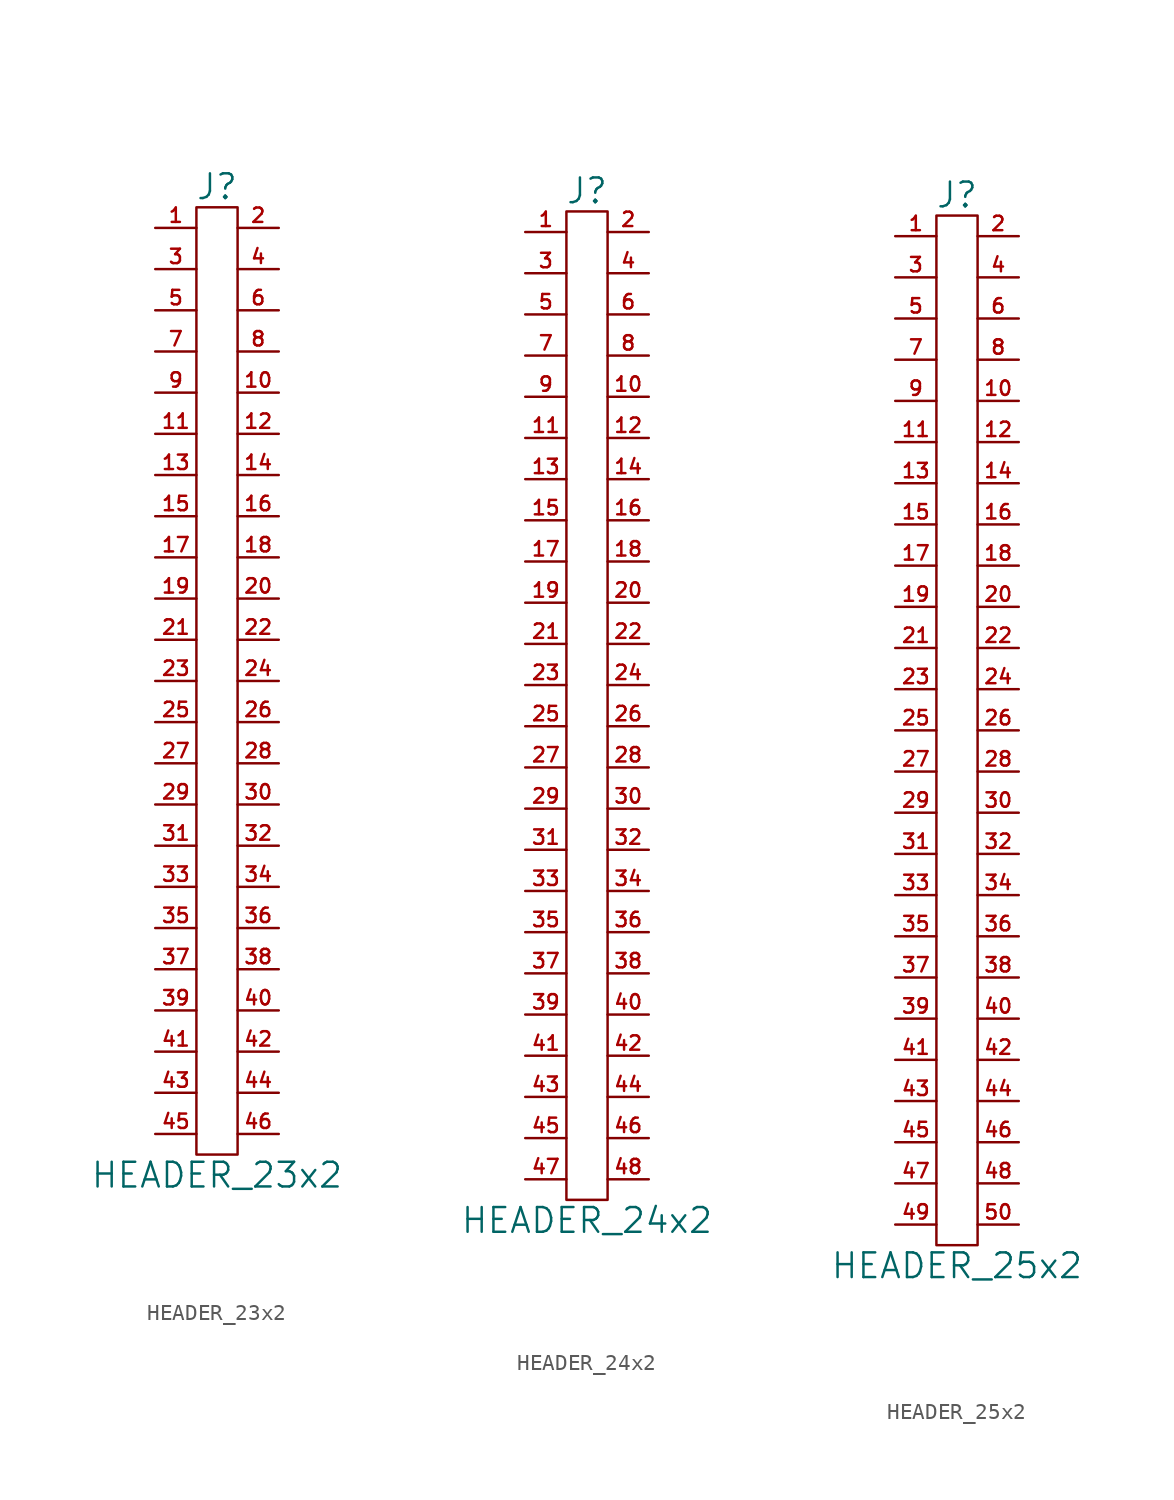
<source format=kicad_sym>
(kicad_symbol_lib
  (version 20220914)
  (generator kicad_symbol_editor)
  (symbol "HEADER_23x2"
    (pin_names
      (offset 0))
    (property "Reference" "J"
      (at 0 30.48 0)
      (effects (font (size 1.524 1.524))))
    (property "Value" "HEADER_23x2"
      (at 0 -30.48 0)
      (effects (font (size 1.524 1.524))))
    (property "Footprint" ""
      (at 0 -2.54 0)
      (effects (font (size 1.524 1.524))))
    (property "Datasheet" ""
      (at 0 0 0)
      (effects (font (size 1.524 1.524))))
    (symbol "HEADER_23x2_0_1"
      (rectangle (start 1.27 -29.21) (end -1.27 29.21) (stroke (width 0) (type solid)) (fill (type none))))
    (symbol "HEADER_23x2_1_1"
      (pin passive line (at -3.81 27.94 0) (length 2.54) (name "~" (effects (font (size 0.889 0.889)))) (number "1" (effects (font (size 0.889 0.889)))))
      (pin passive line (at 3.81 17.78 180) (length 2.54) (name "~" (effects (font (size 1.27 1.27)))) (number "10" (effects (font (size 0.889 0.889)))))
      (pin passive line (at -3.81 15.24 0) (length 2.54) (name "~" (effects (font (size 1.27 1.27)))) (number "11" (effects (font (size 0.889 0.889)))))
      (pin passive line (at 3.81 15.24 180) (length 2.54) (name "~" (effects (font (size 1.27 1.27)))) (number "12" (effects (font (size 0.889 0.889)))))
      (pin passive line (at -3.81 12.7 0) (length 2.54) (name "~" (effects (font (size 1.27 1.27)))) (number "13" (effects (font (size 0.889 0.889)))))
      (pin passive line (at 3.81 12.7 180) (length 2.54) (name "~" (effects (font (size 1.27 1.27)))) (number "14" (effects (font (size 0.889 0.889)))))
      (pin passive line (at -3.81 10.16 0) (length 2.54) (name "~" (effects (font (size 1.27 1.27)))) (number "15" (effects (font (size 0.889 0.889)))))
      (pin passive line (at 3.81 10.16 180) (length 2.54) (name "~" (effects (font (size 1.27 1.27)))) (number "16" (effects (font (size 0.889 0.889)))))
      (pin passive line (at -3.81 7.62 0) (length 2.54) (name "~" (effects (font (size 1.27 1.27)))) (number "17" (effects (font (size 0.889 0.889)))))
      (pin passive line (at 3.81 7.62 180) (length 2.54) (name "~" (effects (font (size 1.27 1.27)))) (number "18" (effects (font (size 0.889 0.889)))))
      (pin passive line (at -3.81 5.08 0) (length 2.54) (name "~" (effects (font (size 1.27 1.27)))) (number "19" (effects (font (size 0.889 0.889)))))
      (pin passive line (at 3.81 27.94 180) (length 2.54) (name "~" (effects (font (size 1.27 1.27)))) (number "2" (effects (font (size 0.889 0.889)))))
      (pin passive line (at 3.81 5.08 180) (length 2.54) (name "~" (effects (font (size 1.27 1.27)))) (number "20" (effects (font (size 0.889 0.889)))))
      (pin passive line (at -3.81 2.54 0) (length 2.54) (name "~" (effects (font (size 1.27 1.27)))) (number "21" (effects (font (size 0.889 0.889)))))
      (pin passive line (at 3.81 2.54 180) (length 2.54) (name "~" (effects (font (size 1.27 1.27)))) (number "22" (effects (font (size 0.889 0.889)))))
      (pin passive line (at -3.81 0 0) (length 2.54) (name "~" (effects (font (size 1.27 1.27)))) (number "23" (effects (font (size 0.889 0.889)))))
      (pin passive line (at 3.81 0 180) (length 2.54) (name "~" (effects (font (size 1.27 1.27)))) (number "24" (effects (font (size 0.889 0.889)))))
      (pin passive line (at -3.81 -2.54 0) (length 2.54) (name "~" (effects (font (size 1.27 1.27)))) (number "25" (effects (font (size 0.889 0.889)))))
      (pin passive line (at 3.81 -2.54 180) (length 2.54) (name "~" (effects (font (size 1.27 1.27)))) (number "26" (effects (font (size 0.889 0.889)))))
      (pin passive line (at -3.81 -5.08 0) (length 2.54) (name "~" (effects (font (size 1.27 1.27)))) (number "27" (effects (font (size 0.889 0.889)))))
      (pin passive line (at 3.81 -5.08 180) (length 2.54) (name "~" (effects (font (size 1.27 1.27)))) (number "28" (effects (font (size 0.889 0.889)))))
      (pin passive line (at -3.81 -7.62 0) (length 2.54) (name "~" (effects (font (size 1.27 1.27)))) (number "29" (effects (font (size 0.889 0.889)))))
      (pin passive line (at -3.81 25.4 0) (length 2.54) (name "~" (effects (font (size 1.27 1.27)))) (number "3" (effects (font (size 0.889 0.889)))))
      (pin passive line (at 3.81 -7.62 180) (length 2.54) (name "~" (effects (font (size 1.27 1.27)))) (number "30" (effects (font (size 0.889 0.889)))))
      (pin passive line (at -3.81 -10.16 0) (length 2.54) (name "~" (effects (font (size 1.27 1.27)))) (number "31" (effects (font (size 0.889 0.889)))))
      (pin passive line (at 3.81 -10.16 180) (length 2.54) (name "~" (effects (font (size 1.27 1.27)))) (number "32" (effects (font (size 0.889 0.889)))))
      (pin passive line (at -3.81 -12.7 0) (length 2.54) (name "~" (effects (font (size 1.27 1.27)))) (number "33" (effects (font (size 0.889 0.889)))))
      (pin passive line (at 3.81 -12.7 180) (length 2.54) (name "~" (effects (font (size 1.27 1.27)))) (number "34" (effects (font (size 0.889 0.889)))))
      (pin passive line (at -3.81 -15.24 0) (length 2.54) (name "~" (effects (font (size 1.27 1.27)))) (number "35" (effects (font (size 0.889 0.889)))))
      (pin passive line (at 3.81 -15.24 180) (length 2.54) (name "~" (effects (font (size 1.27 1.27)))) (number "36" (effects (font (size 0.889 0.889)))))
      (pin passive line (at -3.81 -17.78 0) (length 2.54) (name "~" (effects (font (size 1.27 1.27)))) (number "37" (effects (font (size 0.889 0.889)))))
      (pin passive line (at 3.81 -17.78 180) (length 2.54) (name "~" (effects (font (size 1.27 1.27)))) (number "38" (effects (font (size 0.889 0.889)))))
      (pin passive line (at -3.81 -20.32 0) (length 2.54) (name "~" (effects (font (size 1.27 1.27)))) (number "39" (effects (font (size 0.889 0.889)))))
      (pin passive line (at 3.81 25.4 180) (length 2.54) (name "~" (effects (font (size 1.27 1.27)))) (number "4" (effects (font (size 0.889 0.889)))))
      (pin passive line (at 3.81 -20.32 180) (length 2.54) (name "~" (effects (font (size 1.27 1.27)))) (number "40" (effects (font (size 0.889 0.889)))))
      (pin passive line (at -3.81 -22.86 0) (length 2.54) (name "~" (effects (font (size 1.27 1.27)))) (number "41" (effects (font (size 0.889 0.889)))))
      (pin passive line (at 3.81 -22.86 180) (length 2.54) (name "~" (effects (font (size 1.27 1.27)))) (number "42" (effects (font (size 0.889 0.889)))))
      (pin passive line (at -3.81 -25.4 0) (length 2.54) (name "~" (effects (font (size 1.27 1.27)))) (number "43" (effects (font (size 0.889 0.889)))))
      (pin passive line (at 3.81 -25.4 180) (length 2.54) (name "~" (effects (font (size 1.27 1.27)))) (number "44" (effects (font (size 0.889 0.889)))))
      (pin passive line (at -3.81 -27.94 0) (length 2.54) (name "~" (effects (font (size 1.27 1.27)))) (number "45" (effects (font (size 0.889 0.889)))))
      (pin passive line (at 3.81 -27.94 180) (length 2.54) (name "~" (effects (font (size 1.27 1.27)))) (number "46" (effects (font (size 0.889 0.889)))))
      (pin passive line (at -3.81 22.86 0) (length 2.54) (name "~" (effects (font (size 1.27 1.27)))) (number "5" (effects (font (size 0.889 0.889)))))
      (pin passive line (at 3.81 22.86 180) (length 2.54) (name "~" (effects (font (size 1.27 1.27)))) (number "6" (effects (font (size 0.889 0.889)))))
      (pin passive line (at -3.81 20.32 0) (length 2.54) (name "~" (effects (font (size 1.27 1.27)))) (number "7" (effects (font (size 0.889 0.889)))))
      (pin passive line (at 3.81 20.32 180) (length 2.54) (name "~" (effects (font (size 1.27 1.27)))) (number "8" (effects (font (size 0.889 0.889)))))
      (pin passive line (at -3.81 17.78 0) (length 2.54) (name "~" (effects (font (size 1.27 1.27)))) (number "9" (effects (font (size 0.889 0.889)))))))
  (symbol "HEADER_24x2"
    (pin_names
      (offset 0))
    (property "Reference" "J"
      (at 0 31.75 0)
      (effects (font (size 1.524 1.524))))
    (property "Value" "HEADER_24x2"
      (at 0 -31.75 0)
      (effects (font (size 1.524 1.524))))
    (property "Footprint" ""
      (at 0 -1.27 0)
      (effects (font (size 1.524 1.524))))
    (property "Datasheet" ""
      (at 0 0 0)
      (effects (font (size 1.524 1.524))))
    (symbol "HEADER_24x2_0_1"
      (rectangle (start 1.27 -30.48) (end -1.27 30.48) (stroke (width 0) (type solid)) (fill (type none))))
    (symbol "HEADER_24x2_1_1"
      (pin passive line (at -3.81 29.21 0) (length 2.54) (name "~" (effects (font (size 0.889 0.889)))) (number "1" (effects (font (size 0.889 0.889)))))
      (pin passive line (at 3.81 19.05 180) (length 2.54) (name "~" (effects (font (size 1.27 1.27)))) (number "10" (effects (font (size 0.889 0.889)))))
      (pin passive line (at -3.81 16.51 0) (length 2.54) (name "~" (effects (font (size 1.27 1.27)))) (number "11" (effects (font (size 0.889 0.889)))))
      (pin passive line (at 3.81 16.51 180) (length 2.54) (name "~" (effects (font (size 1.27 1.27)))) (number "12" (effects (font (size 0.889 0.889)))))
      (pin passive line (at -3.81 13.97 0) (length 2.54) (name "~" (effects (font (size 1.27 1.27)))) (number "13" (effects (font (size 0.889 0.889)))))
      (pin passive line (at 3.81 13.97 180) (length 2.54) (name "~" (effects (font (size 1.27 1.27)))) (number "14" (effects (font (size 0.889 0.889)))))
      (pin passive line (at -3.81 11.43 0) (length 2.54) (name "~" (effects (font (size 1.27 1.27)))) (number "15" (effects (font (size 0.889 0.889)))))
      (pin passive line (at 3.81 11.43 180) (length 2.54) (name "~" (effects (font (size 1.27 1.27)))) (number "16" (effects (font (size 0.889 0.889)))))
      (pin passive line (at -3.81 8.89 0) (length 2.54) (name "~" (effects (font (size 1.27 1.27)))) (number "17" (effects (font (size 0.889 0.889)))))
      (pin passive line (at 3.81 8.89 180) (length 2.54) (name "~" (effects (font (size 1.27 1.27)))) (number "18" (effects (font (size 0.889 0.889)))))
      (pin passive line (at -3.81 6.35 0) (length 2.54) (name "~" (effects (font (size 1.27 1.27)))) (number "19" (effects (font (size 0.889 0.889)))))
      (pin passive line (at 3.81 29.21 180) (length 2.54) (name "~" (effects (font (size 1.27 1.27)))) (number "2" (effects (font (size 0.889 0.889)))))
      (pin passive line (at 3.81 6.35 180) (length 2.54) (name "~" (effects (font (size 1.27 1.27)))) (number "20" (effects (font (size 0.889 0.889)))))
      (pin passive line (at -3.81 3.81 0) (length 2.54) (name "~" (effects (font (size 1.27 1.27)))) (number "21" (effects (font (size 0.889 0.889)))))
      (pin passive line (at 3.81 3.81 180) (length 2.54) (name "~" (effects (font (size 1.27 1.27)))) (number "22" (effects (font (size 0.889 0.889)))))
      (pin passive line (at -3.81 1.27 0) (length 2.54) (name "~" (effects (font (size 1.27 1.27)))) (number "23" (effects (font (size 0.889 0.889)))))
      (pin passive line (at 3.81 1.27 180) (length 2.54) (name "~" (effects (font (size 1.27 1.27)))) (number "24" (effects (font (size 0.889 0.889)))))
      (pin passive line (at -3.81 -1.27 0) (length 2.54) (name "~" (effects (font (size 1.27 1.27)))) (number "25" (effects (font (size 0.889 0.889)))))
      (pin passive line (at 3.81 -1.27 180) (length 2.54) (name "~" (effects (font (size 1.27 1.27)))) (number "26" (effects (font (size 0.889 0.889)))))
      (pin passive line (at -3.81 -3.81 0) (length 2.54) (name "~" (effects (font (size 1.27 1.27)))) (number "27" (effects (font (size 0.889 0.889)))))
      (pin passive line (at 3.81 -3.81 180) (length 2.54) (name "~" (effects (font (size 1.27 1.27)))) (number "28" (effects (font (size 0.889 0.889)))))
      (pin passive line (at -3.81 -6.35 0) (length 2.54) (name "~" (effects (font (size 1.27 1.27)))) (number "29" (effects (font (size 0.889 0.889)))))
      (pin passive line (at -3.81 26.67 0) (length 2.54) (name "~" (effects (font (size 1.27 1.27)))) (number "3" (effects (font (size 0.889 0.889)))))
      (pin passive line (at 3.81 -6.35 180) (length 2.54) (name "~" (effects (font (size 1.27 1.27)))) (number "30" (effects (font (size 0.889 0.889)))))
      (pin passive line (at -3.81 -8.89 0) (length 2.54) (name "~" (effects (font (size 1.27 1.27)))) (number "31" (effects (font (size 0.889 0.889)))))
      (pin passive line (at 3.81 -8.89 180) (length 2.54) (name "~" (effects (font (size 1.27 1.27)))) (number "32" (effects (font (size 0.889 0.889)))))
      (pin passive line (at -3.81 -11.43 0) (length 2.54) (name "~" (effects (font (size 1.27 1.27)))) (number "33" (effects (font (size 0.889 0.889)))))
      (pin passive line (at 3.81 -11.43 180) (length 2.54) (name "~" (effects (font (size 1.27 1.27)))) (number "34" (effects (font (size 0.889 0.889)))))
      (pin passive line (at -3.81 -13.97 0) (length 2.54) (name "~" (effects (font (size 1.27 1.27)))) (number "35" (effects (font (size 0.889 0.889)))))
      (pin passive line (at 3.81 -13.97 180) (length 2.54) (name "~" (effects (font (size 1.27 1.27)))) (number "36" (effects (font (size 0.889 0.889)))))
      (pin passive line (at -3.81 -16.51 0) (length 2.54) (name "~" (effects (font (size 1.27 1.27)))) (number "37" (effects (font (size 0.889 0.889)))))
      (pin passive line (at 3.81 -16.51 180) (length 2.54) (name "~" (effects (font (size 1.27 1.27)))) (number "38" (effects (font (size 0.889 0.889)))))
      (pin passive line (at -3.81 -19.05 0) (length 2.54) (name "~" (effects (font (size 1.27 1.27)))) (number "39" (effects (font (size 0.889 0.889)))))
      (pin passive line (at 3.81 26.67 180) (length 2.54) (name "~" (effects (font (size 1.27 1.27)))) (number "4" (effects (font (size 0.889 0.889)))))
      (pin passive line (at 3.81 -19.05 180) (length 2.54) (name "~" (effects (font (size 1.27 1.27)))) (number "40" (effects (font (size 0.889 0.889)))))
      (pin passive line (at -3.81 -21.59 0) (length 2.54) (name "~" (effects (font (size 1.27 1.27)))) (number "41" (effects (font (size 0.889 0.889)))))
      (pin passive line (at 3.81 -21.59 180) (length 2.54) (name "~" (effects (font (size 1.27 1.27)))) (number "42" (effects (font (size 0.889 0.889)))))
      (pin passive line (at -3.81 -24.13 0) (length 2.54) (name "~" (effects (font (size 1.27 1.27)))) (number "43" (effects (font (size 0.889 0.889)))))
      (pin passive line (at 3.81 -24.13 180) (length 2.54) (name "~" (effects (font (size 1.27 1.27)))) (number "44" (effects (font (size 0.889 0.889)))))
      (pin passive line (at -3.81 -26.67 0) (length 2.54) (name "~" (effects (font (size 1.27 1.27)))) (number "45" (effects (font (size 0.889 0.889)))))
      (pin passive line (at 3.81 -26.67 180) (length 2.54) (name "~" (effects (font (size 1.27 1.27)))) (number "46" (effects (font (size 0.889 0.889)))))
      (pin passive line (at -3.81 -29.21 0) (length 2.54) (name "~" (effects (font (size 1.27 1.27)))) (number "47" (effects (font (size 0.889 0.889)))))
      (pin passive line (at 3.81 -29.21 180) (length 2.54) (name "~" (effects (font (size 1.27 1.27)))) (number "48" (effects (font (size 0.889 0.889)))))
      (pin passive line (at -3.81 24.13 0) (length 2.54) (name "~" (effects (font (size 1.27 1.27)))) (number "5" (effects (font (size 0.889 0.889)))))
      (pin passive line (at 3.81 24.13 180) (length 2.54) (name "~" (effects (font (size 1.27 1.27)))) (number "6" (effects (font (size 0.889 0.889)))))
      (pin passive line (at -3.81 21.59 0) (length 2.54) (name "~" (effects (font (size 1.27 1.27)))) (number "7" (effects (font (size 0.889 0.889)))))
      (pin passive line (at 3.81 21.59 180) (length 2.54) (name "~" (effects (font (size 1.27 1.27)))) (number "8" (effects (font (size 0.889 0.889)))))
      (pin passive line (at -3.81 19.05 0) (length 2.54) (name "~" (effects (font (size 1.27 1.27)))) (number "9" (effects (font (size 0.889 0.889)))))))
  (symbol "HEADER_25x2"
    (pin_names
      (offset 0))
    (property "Reference" "J"
      (at 0 33.02 0)
      (effects (font (size 1.524 1.524))))
    (property "Value" "HEADER_25x2"
      (at 0 -33.02 0)
      (effects (font (size 1.524 1.524))))
    (property "Footprint" ""
      (at 0 0 0)
      (effects (font (size 1.524 1.524))))
    (property "Datasheet" ""
      (at 0 0 0)
      (effects (font (size 1.524 1.524))))
    (symbol "HEADER_25x2_0_1"
      (rectangle (start 1.27 31.75) (end -1.27 -31.75) (stroke (width 0) (type solid)) (fill (type none))))
    (symbol "HEADER_25x2_1_1"
      (pin passive line (at -3.81 30.48 0) (length 2.54) (name "~" (effects (font (size 0.889 0.889)))) (number "1" (effects (font (size 0.889 0.889)))))
      (pin passive line (at 3.81 20.32 180) (length 2.54) (name "~" (effects (font (size 1.27 1.27)))) (number "10" (effects (font (size 0.889 0.889)))))
      (pin passive line (at -3.81 17.78 0) (length 2.54) (name "~" (effects (font (size 1.27 1.27)))) (number "11" (effects (font (size 0.889 0.889)))))
      (pin passive line (at 3.81 17.78 180) (length 2.54) (name "~" (effects (font (size 1.27 1.27)))) (number "12" (effects (font (size 0.889 0.889)))))
      (pin passive line (at -3.81 15.24 0) (length 2.54) (name "~" (effects (font (size 1.27 1.27)))) (number "13" (effects (font (size 0.889 0.889)))))
      (pin passive line (at 3.81 15.24 180) (length 2.54) (name "~" (effects (font (size 1.27 1.27)))) (number "14" (effects (font (size 0.889 0.889)))))
      (pin passive line (at -3.81 12.7 0) (length 2.54) (name "~" (effects (font (size 1.27 1.27)))) (number "15" (effects (font (size 0.889 0.889)))))
      (pin passive line (at 3.81 12.7 180) (length 2.54) (name "~" (effects (font (size 1.27 1.27)))) (number "16" (effects (font (size 0.889 0.889)))))
      (pin passive line (at -3.81 10.16 0) (length 2.54) (name "~" (effects (font (size 1.27 1.27)))) (number "17" (effects (font (size 0.889 0.889)))))
      (pin passive line (at 3.81 10.16 180) (length 2.54) (name "~" (effects (font (size 1.27 1.27)))) (number "18" (effects (font (size 0.889 0.889)))))
      (pin passive line (at -3.81 7.62 0) (length 2.54) (name "~" (effects (font (size 1.27 1.27)))) (number "19" (effects (font (size 0.889 0.889)))))
      (pin passive line (at 3.81 30.48 180) (length 2.54) (name "~" (effects (font (size 1.27 1.27)))) (number "2" (effects (font (size 0.889 0.889)))))
      (pin passive line (at 3.81 7.62 180) (length 2.54) (name "~" (effects (font (size 1.27 1.27)))) (number "20" (effects (font (size 0.889 0.889)))))
      (pin passive line (at -3.81 5.08 0) (length 2.54) (name "~" (effects (font (size 1.27 1.27)))) (number "21" (effects (font (size 0.889 0.889)))))
      (pin passive line (at 3.81 5.08 180) (length 2.54) (name "~" (effects (font (size 1.27 1.27)))) (number "22" (effects (font (size 0.889 0.889)))))
      (pin passive line (at -3.81 2.54 0) (length 2.54) (name "~" (effects (font (size 1.27 1.27)))) (number "23" (effects (font (size 0.889 0.889)))))
      (pin passive line (at 3.81 2.54 180) (length 2.54) (name "~" (effects (font (size 1.27 1.27)))) (number "24" (effects (font (size 0.889 0.889)))))
      (pin passive line (at -3.81 0 0) (length 2.54) (name "~" (effects (font (size 1.27 1.27)))) (number "25" (effects (font (size 0.889 0.889)))))
      (pin passive line (at 3.81 0 180) (length 2.54) (name "~" (effects (font (size 1.27 1.27)))) (number "26" (effects (font (size 0.889 0.889)))))
      (pin passive line (at -3.81 -2.54 0) (length 2.54) (name "~" (effects (font (size 1.27 1.27)))) (number "27" (effects (font (size 0.889 0.889)))))
      (pin passive line (at 3.81 -2.54 180) (length 2.54) (name "~" (effects (font (size 1.27 1.27)))) (number "28" (effects (font (size 0.889 0.889)))))
      (pin passive line (at -3.81 -5.08 0) (length 2.54) (name "~" (effects (font (size 1.27 1.27)))) (number "29" (effects (font (size 0.889 0.889)))))
      (pin passive line (at -3.81 27.94 0) (length 2.54) (name "~" (effects (font (size 1.27 1.27)))) (number "3" (effects (font (size 0.889 0.889)))))
      (pin passive line (at 3.81 -5.08 180) (length 2.54) (name "~" (effects (font (size 1.27 1.27)))) (number "30" (effects (font (size 0.889 0.889)))))
      (pin passive line (at -3.81 -7.62 0) (length 2.54) (name "~" (effects (font (size 1.27 1.27)))) (number "31" (effects (font (size 0.889 0.889)))))
      (pin passive line (at 3.81 -7.62 180) (length 2.54) (name "~" (effects (font (size 1.27 1.27)))) (number "32" (effects (font (size 0.889 0.889)))))
      (pin passive line (at -3.81 -10.16 0) (length 2.54) (name "~" (effects (font (size 1.27 1.27)))) (number "33" (effects (font (size 0.889 0.889)))))
      (pin passive line (at 3.81 -10.16 180) (length 2.54) (name "~" (effects (font (size 1.27 1.27)))) (number "34" (effects (font (size 0.889 0.889)))))
      (pin passive line (at -3.81 -12.7 0) (length 2.54) (name "~" (effects (font (size 1.27 1.27)))) (number "35" (effects (font (size 0.889 0.889)))))
      (pin passive line (at 3.81 -12.7 180) (length 2.54) (name "~" (effects (font (size 1.27 1.27)))) (number "36" (effects (font (size 0.889 0.889)))))
      (pin passive line (at -3.81 -15.24 0) (length 2.54) (name "~" (effects (font (size 1.27 1.27)))) (number "37" (effects (font (size 0.889 0.889)))))
      (pin passive line (at 3.81 -15.24 180) (length 2.54) (name "~" (effects (font (size 1.27 1.27)))) (number "38" (effects (font (size 0.889 0.889)))))
      (pin passive line (at -3.81 -17.78 0) (length 2.54) (name "~" (effects (font (size 1.27 1.27)))) (number "39" (effects (font (size 0.889 0.889)))))
      (pin passive line (at 3.81 27.94 180) (length 2.54) (name "~" (effects (font (size 1.27 1.27)))) (number "4" (effects (font (size 0.889 0.889)))))
      (pin passive line (at 3.81 -17.78 180) (length 2.54) (name "~" (effects (font (size 1.27 1.27)))) (number "40" (effects (font (size 0.889 0.889)))))
      (pin passive line (at -3.81 -20.32 0) (length 2.54) (name "~" (effects (font (size 1.27 1.27)))) (number "41" (effects (font (size 0.889 0.889)))))
      (pin passive line (at 3.81 -20.32 180) (length 2.54) (name "~" (effects (font (size 1.27 1.27)))) (number "42" (effects (font (size 0.889 0.889)))))
      (pin passive line (at -3.81 -22.86 0) (length 2.54) (name "~" (effects (font (size 1.27 1.27)))) (number "43" (effects (font (size 0.889 0.889)))))
      (pin passive line (at 3.81 -22.86 180) (length 2.54) (name "~" (effects (font (size 1.27 1.27)))) (number "44" (effects (font (size 0.889 0.889)))))
      (pin passive line (at -3.81 -25.4 0) (length 2.54) (name "~" (effects (font (size 1.27 1.27)))) (number "45" (effects (font (size 0.889 0.889)))))
      (pin passive line (at 3.81 -25.4 180) (length 2.54) (name "~" (effects (font (size 1.27 1.27)))) (number "46" (effects (font (size 0.889 0.889)))))
      (pin passive line (at -3.81 -27.94 0) (length 2.54) (name "~" (effects (font (size 1.27 1.27)))) (number "47" (effects (font (size 0.889 0.889)))))
      (pin passive line (at 3.81 -27.94 180) (length 2.54) (name "~" (effects (font (size 1.27 1.27)))) (number "48" (effects (font (size 0.889 0.889)))))
      (pin passive line (at -3.81 -30.48 0) (length 2.54) (name "~" (effects (font (size 1.27 1.27)))) (number "49" (effects (font (size 0.889 0.889)))))
      (pin passive line (at -3.81 25.4 0) (length 2.54) (name "~" (effects (font (size 1.27 1.27)))) (number "5" (effects (font (size 0.889 0.889)))))
      (pin passive line (at 3.81 -30.48 180) (length 2.54) (name "~" (effects (font (size 1.27 1.27)))) (number "50" (effects (font (size 0.889 0.889)))))
      (pin passive line (at 3.81 25.4 180) (length 2.54) (name "~" (effects (font (size 1.27 1.27)))) (number "6" (effects (font (size 0.889 0.889)))))
      (pin passive line (at -3.81 22.86 0) (length 2.54) (name "~" (effects (font (size 1.27 1.27)))) (number "7" (effects (font (size 0.889 0.889)))))
      (pin passive line (at 3.81 22.86 180) (length 2.54) (name "~" (effects (font (size 1.27 1.27)))) (number "8" (effects (font (size 0.889 0.889)))))
      (pin passive line (at -3.81 20.32 0) (length 2.54) (name "~" (effects (font (size 1.27 1.27)))) (number "9" (effects (font (size 0.889 0.889))))))))
</source>
